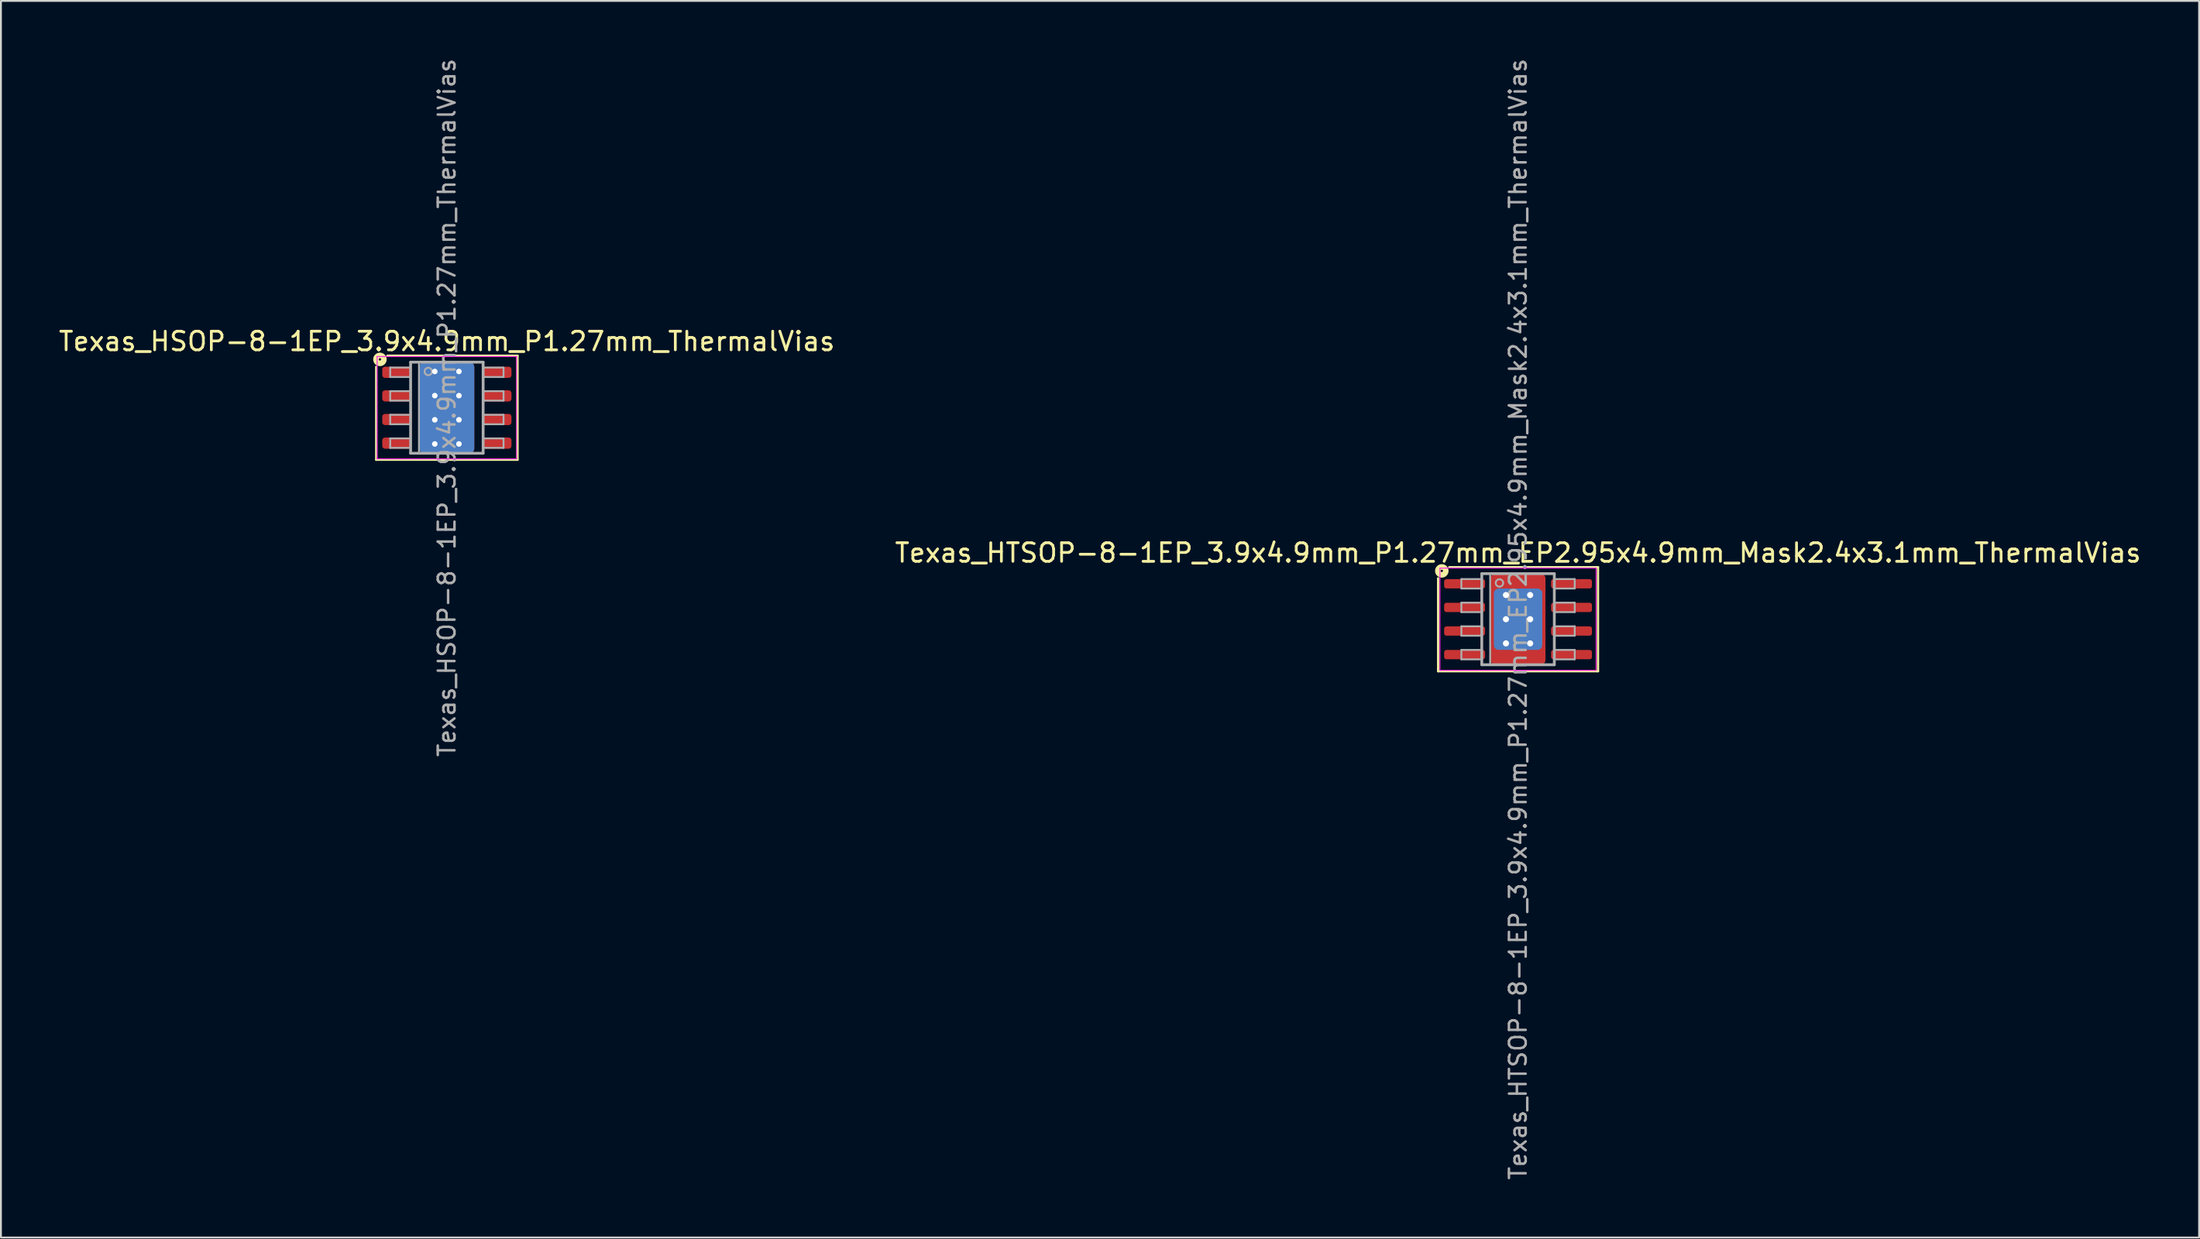
<source format=kicad_pcb>
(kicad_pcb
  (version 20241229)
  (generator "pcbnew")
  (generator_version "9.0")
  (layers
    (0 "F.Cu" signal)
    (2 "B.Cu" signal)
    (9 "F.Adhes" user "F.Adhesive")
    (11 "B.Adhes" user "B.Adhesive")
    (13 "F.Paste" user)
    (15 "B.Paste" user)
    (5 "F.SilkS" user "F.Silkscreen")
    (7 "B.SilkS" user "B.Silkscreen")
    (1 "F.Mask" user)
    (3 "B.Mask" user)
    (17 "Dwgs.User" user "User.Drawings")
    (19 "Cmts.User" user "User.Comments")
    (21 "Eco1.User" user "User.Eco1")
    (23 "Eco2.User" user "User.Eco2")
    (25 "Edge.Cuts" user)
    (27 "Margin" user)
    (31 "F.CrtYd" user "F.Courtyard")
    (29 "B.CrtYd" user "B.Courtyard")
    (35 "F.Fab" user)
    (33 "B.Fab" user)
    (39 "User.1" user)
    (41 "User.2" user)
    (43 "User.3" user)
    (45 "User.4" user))
  (footprint "Texas_HTSOP-8-1EP_3.9x4.9mm_P1.27mm_EP2.95x4.9mm_Mask2.4x3.1mm_ThermalVias"
    (layer "F.Cu")
    (at 78.589 30.262)
    (property "Reference" "Texas_HTSOP-8-1EP_3.9x4.9mm_P1.27mm_EP2.95x4.9mm_Mask2.4x3.1mm_ThermalVias" (at 0 -3.57 0) (layer "F.SilkS") (effects (font (size 1 1) (thickness 0.15))))
    (attr smd)
    (fp_line (start -4.3 -2.2) (end -4.3 2.8) (stroke (width 0.12) (type solid)) (layer "F.SilkS"))
    (fp_line (start -4.3 2.8) (end 4.3 2.8) (stroke (width 0.12) (type solid)) (layer "F.SilkS"))
    (fp_line (start 4.3 -2.8) (end -3.7 -2.8) (stroke (width 0.12) (type solid)) (layer "F.SilkS"))
    (fp_line (start 4.3 2.8) (end 4.3 -2.8) (stroke (width 0.12) (type solid)) (layer "F.SilkS"))
    (fp_circle (center -4.1 -2.6) (end -4.037 -2.6) (stroke (width 0.3) (type solid)) (fill no) (layer "F.SilkS"))
    (fp_line (start -4.2 -2.75) (end -4.2 2.75) (stroke (width 0.05) (type solid)) (layer "F.CrtYd"))
    (fp_line (start -4.2 -2.75) (end 4.2 -2.75) (stroke (width 0.05) (type solid)) (layer "F.CrtYd"))
    (fp_line (start -4.2 2.75) (end 4.2 2.75) (stroke (width 0.05) (type solid)) (layer "F.CrtYd"))
    (fp_line (start 4.2 -2.75) (end 4.2 2.75) (stroke (width 0.05) (type solid)) (layer "F.CrtYd"))
    (fp_line (start -3.048 -2.159) (end -3.048 -1.651) (stroke (width 0.1) (type solid)) (layer "F.Fab"))
    (fp_line (start -3.048 -2.159) (end -1.968 -2.159) (stroke (width 0.1) (type solid)) (layer "F.Fab"))
    (fp_line (start -3.048 -1.651) (end -1.968 -1.651) (stroke (width 0.1) (type solid)) (layer "F.Fab"))
    (fp_line (start -3.048 -0.889) (end -3.048 -0.381) (stroke (width 0.1) (type solid)) (layer "F.Fab"))
    (fp_line (start -3.048 -0.889) (end -1.968 -0.889) (stroke (width 0.1) (type solid)) (layer "F.Fab"))
    (fp_line (start -3.048 -0.381) (end -1.968 -0.381) (stroke (width 0.1) (type solid)) (layer "F.Fab"))
    (fp_line (start -3.048 0.381) (end -3.048 0.889) (stroke (width 0.1) (type solid)) (layer "F.Fab"))
    (fp_line (start -3.048 0.381) (end -1.968 0.381) (stroke (width 0.1) (type solid)) (layer "F.Fab"))
    (fp_line (start -3.048 0.889) (end -1.968 0.889) (stroke (width 0.1) (type solid)) (layer "F.Fab"))
    (fp_line (start -3.048 1.651) (end -3.048 2.159) (stroke (width 0.1) (type solid)) (layer "F.Fab"))
    (fp_line (start -3.048 1.651) (end -1.968 1.651) (stroke (width 0.1) (type solid)) (layer "F.Fab"))
    (fp_line (start -3.048 2.159) (end -1.968 2.159) (stroke (width 0.1) (type solid)) (layer "F.Fab"))
    (fp_line (start -1.95 -2.45) (end 1.95 -2.45) (stroke (width 0.15) (type solid)) (layer "F.Fab"))
    (fp_line (start -1.95 2.45) (end -1.95 -2.45) (stroke (width 0.15) (type solid)) (layer "F.Fab"))
    (fp_line (start -1.5 -2.45) (end -1.5 2.45) (stroke (width 0.1) (type solid)) (layer "F.Fab"))
    (fp_line (start 1.95 -2.45) (end 1.95 2.45) (stroke (width 0.15) (type solid)) (layer "F.Fab"))
    (fp_line (start 1.95 2.45) (end -1.95 2.45) (stroke (width 0.15) (type solid)) (layer "F.Fab"))
    (fp_line (start 3.048 -2.159) (end 1.968 -2.159) (stroke (width 0.1) (type solid)) (layer "F.Fab"))
    (fp_line (start 3.048 -1.651) (end 1.968 -1.651) (stroke (width 0.1) (type solid)) (layer "F.Fab"))
    (fp_line (start 3.048 -1.651) (end 3.048 -2.159) (stroke (width 0.1) (type solid)) (layer "F.Fab"))
    (fp_line (start 3.048 -0.889) (end 1.968 -0.889) (stroke (width 0.1) (type solid)) (layer "F.Fab"))
    (fp_line (start 3.048 -0.381) (end 1.968 -0.381) (stroke (width 0.1) (type solid)) (layer "F.Fab"))
    (fp_line (start 3.048 -0.381) (end 3.048 -0.889) (stroke (width 0.1) (type solid)) (layer "F.Fab"))
    (fp_line (start 3.048 0.381) (end 1.968 0.381) (stroke (width 0.1) (type solid)) (layer "F.Fab"))
    (fp_line (start 3.048 0.889) (end 1.968 0.889) (stroke (width 0.1) (type solid)) (layer "F.Fab"))
    (fp_line (start 3.048 0.889) (end 3.048 0.381) (stroke (width 0.1) (type solid)) (layer "F.Fab"))
    (fp_line (start 3.048 1.651) (end 1.968 1.651) (stroke (width 0.1) (type solid)) (layer "F.Fab"))
    (fp_line (start 3.048 2.159) (end 1.968 2.159) (stroke (width 0.1) (type solid)) (layer "F.Fab"))
    (fp_line (start 3.048 2.159) (end 3.048 1.651) (stroke (width 0.1) (type solid)) (layer "F.Fab"))
    (fp_circle (center -1 -1.95) (end -0.8 -1.95) (stroke (width 0.1) (type solid)) (fill no) (layer "F.Fab"))
    (fp_text user "${REFERENCE}" (at 0 0 90) (layer "F.Fab") (effects (font (size 0.9 0.9) (thickness 0.135))))
    (pad "" smd roundrect (at -0.6 -0.8) (size 0.9 1.2) (layers "F.Paste") (roundrect_rratio 0.25))
    (pad "" smd roundrect (at -0.6 0.8) (size 0.9 1.2) (layers "F.Paste") (roundrect_rratio 0.25))
    (pad "" smd roundrect (at 0 0) (size 2.4 3.1) (layers "F.Mask") (roundrect_rratio 0.104))
    (pad "" smd roundrect (at 0.6 -0.8) (size 0.9 1.2) (layers "F.Paste") (roundrect_rratio 0.25))
    (pad "" smd roundrect (at 0.6 0.8) (size 0.9 1.2) (layers "F.Paste") (roundrect_rratio 0.25))
    (pad "1" smd roundrect (at -2.875 -1.905) (size 2.2 0.5) (layers "F.Cu" "F.Mask" "F.Paste") (roundrect_rratio 0.25))
    (pad "2" smd roundrect (at -2.875 -0.635) (size 2.2 0.5) (layers "F.Cu" "F.Mask" "F.Paste") (roundrect_rratio 0.25))
    (pad "3" smd roundrect (at -2.875 0.635) (size 2.2 0.5) (layers "F.Cu" "F.Mask" "F.Paste") (roundrect_rratio 0.25))
    (pad "4" smd roundrect (at -2.875 1.905) (size 2.2 0.5) (layers "F.Cu" "F.Mask" "F.Paste") (roundrect_rratio 0.25))
    (pad "5" smd roundrect (at 2.875 1.905) (size 2.2 0.5) (layers "F.Cu" "F.Mask" "F.Paste") (roundrect_rratio 0.25))
    (pad "6" smd roundrect (at 2.875 0.635) (size 2.2 0.5) (layers "F.Cu" "F.Mask" "F.Paste") (roundrect_rratio 0.25))
    (pad "7" smd roundrect (at 2.875 -0.635) (size 2.2 0.5) (layers "F.Cu" "F.Mask" "F.Paste") (roundrect_rratio 0.25))
    (pad "8" smd roundrect (at 2.875 -1.905) (size 2.2 0.5) (layers "F.Cu" "F.Mask" "F.Paste") (roundrect_rratio 0.25))
    (pad "9" thru_hole circle (at -0.65 -1.3) (size 0.63 0.63) (drill 0.33) (property pad_prop_heatsink) (layers "*.Cu" "*.Mask"))
    (pad "9" thru_hole circle (at -0.65 0) (size 0.63 0.63) (drill 0.33) (property pad_prop_heatsink) (layers "*.Cu" "*.Mask"))
    (pad "9" thru_hole circle (at -0.65 1.3) (size 0.63 0.63) (drill 0.33) (property pad_prop_heatsink) (layers "*.Cu" "*.Mask"))
    (pad "9" smd roundrect (at 0 0) (size 2.6 3.3) (layers "B.Cu" "B.Mask") (roundrect_rratio 0.096))
    (pad "9" smd roundrect (at 0 0) (size 2.95 4.9) (layers "F.Cu") (roundrect_rratio 0.085))
    (pad "9" thru_hole circle (at 0.65 -1.3) (size 0.63 0.63) (drill 0.33) (property pad_prop_heatsink) (layers "*.Cu" "*.Mask"))
    (pad "9" thru_hole circle (at 0.65 0) (size 0.63 0.63) (drill 0.33) (property pad_prop_heatsink) (layers "*.Cu" "*.Mask"))
    (pad "9" thru_hole circle (at 0.65 1.3) (size 0.63 0.63) (drill 0.33) (property pad_prop_heatsink) (layers "*.Cu" "*.Mask")))
  (footprint "Texas_HSOP-8-1EP_3.9x4.9mm_P1.27mm_ThermalVias"
    (layer "F.Cu")
    (at 20.982 18.884)
    (property "Reference" "Texas_HSOP-8-1EP_3.9x4.9mm_P1.27mm_ThermalVias" (at 0 -3.57 0) (layer "F.SilkS") (effects (font (size 1 1) (thickness 0.15))))
    (attr smd)
    (fp_line (start -3.8 -2.2) (end -3.8 2.8) (stroke (width 0.12) (type solid)) (layer "F.SilkS"))
    (fp_line (start -3.8 2.8) (end 3.8 2.8) (stroke (width 0.12) (type solid)) (layer "F.SilkS"))
    (fp_line (start 3.8 -2.8) (end -3.2 -2.8) (stroke (width 0.12) (type solid)) (layer "F.SilkS"))
    (fp_line (start 3.8 2.8) (end 3.8 -2.8) (stroke (width 0.12) (type solid)) (layer "F.SilkS"))
    (fp_circle (center -3.6 -2.6) (end -3.537 -2.6) (stroke (width 0.3) (type solid)) (fill no) (layer "F.SilkS"))
    (fp_line (start -3.75 -2.75) (end -3.75 2.75) (stroke (width 0.05) (type solid)) (layer "F.CrtYd"))
    (fp_line (start -3.75 -2.75) (end 3.75 -2.75) (stroke (width 0.05) (type solid)) (layer "F.CrtYd"))
    (fp_line (start -3.75 2.75) (end 3.75 2.75) (stroke (width 0.05) (type solid)) (layer "F.CrtYd"))
    (fp_line (start 3.75 -2.75) (end 3.75 2.75) (stroke (width 0.05) (type solid)) (layer "F.CrtYd"))
    (fp_line (start -3.048 -2.159) (end -3.048 -1.651) (stroke (width 0.1) (type solid)) (layer "F.Fab"))
    (fp_line (start -3.048 -2.159) (end -1.968 -2.159) (stroke (width 0.1) (type solid)) (layer "F.Fab"))
    (fp_line (start -3.048 -1.651) (end -1.968 -1.651) (stroke (width 0.1) (type solid)) (layer "F.Fab"))
    (fp_line (start -3.048 -0.889) (end -3.048 -0.381) (stroke (width 0.1) (type solid)) (layer "F.Fab"))
    (fp_line (start -3.048 -0.889) (end -1.968 -0.889) (stroke (width 0.1) (type solid)) (layer "F.Fab"))
    (fp_line (start -3.048 -0.381) (end -1.968 -0.381) (stroke (width 0.1) (type solid)) (layer "F.Fab"))
    (fp_line (start -3.048 0.381) (end -3.048 0.889) (stroke (width 0.1) (type solid)) (layer "F.Fab"))
    (fp_line (start -3.048 0.381) (end -1.968 0.381) (stroke (width 0.1) (type solid)) (layer "F.Fab"))
    (fp_line (start -3.048 0.889) (end -1.968 0.889) (stroke (width 0.1) (type solid)) (layer "F.Fab"))
    (fp_line (start -3.048 1.651) (end -3.048 2.159) (stroke (width 0.1) (type solid)) (layer "F.Fab"))
    (fp_line (start -3.048 1.651) (end -1.968 1.651) (stroke (width 0.1) (type solid)) (layer "F.Fab"))
    (fp_line (start -3.048 2.159) (end -1.968 2.159) (stroke (width 0.1) (type solid)) (layer "F.Fab"))
    (fp_line (start -1.95 -2.45) (end 1.95 -2.45) (stroke (width 0.15) (type solid)) (layer "F.Fab"))
    (fp_line (start -1.95 2.45) (end -1.95 -2.45) (stroke (width 0.15) (type solid)) (layer "F.Fab"))
    (fp_line (start -1.5 -2.45) (end -1.5 2.45) (stroke (width 0.1) (type solid)) (layer "F.Fab"))
    (fp_line (start 1.95 -2.45) (end 1.95 2.45) (stroke (width 0.15) (type solid)) (layer "F.Fab"))
    (fp_line (start 1.95 2.45) (end -1.95 2.45) (stroke (width 0.15) (type solid)) (layer "F.Fab"))
    (fp_line (start 3.048 -2.159) (end 1.968 -2.159) (stroke (width 0.1) (type solid)) (layer "F.Fab"))
    (fp_line (start 3.048 -1.651) (end 1.968 -1.651) (stroke (width 0.1) (type solid)) (layer "F.Fab"))
    (fp_line (start 3.048 -1.651) (end 3.048 -2.159) (stroke (width 0.1) (type solid)) (layer "F.Fab"))
    (fp_line (start 3.048 -0.889) (end 1.968 -0.889) (stroke (width 0.1) (type solid)) (layer "F.Fab"))
    (fp_line (start 3.048 -0.381) (end 1.968 -0.381) (stroke (width 0.1) (type solid)) (layer "F.Fab"))
    (fp_line (start 3.048 -0.381) (end 3.048 -0.889) (stroke (width 0.1) (type solid)) (layer "F.Fab"))
    (fp_line (start 3.048 0.381) (end 1.968 0.381) (stroke (width 0.1) (type solid)) (layer "F.Fab"))
    (fp_line (start 3.048 0.889) (end 1.968 0.889) (stroke (width 0.1) (type solid)) (layer "F.Fab"))
    (fp_line (start 3.048 0.889) (end 3.048 0.381) (stroke (width 0.1) (type solid)) (layer "F.Fab"))
    (fp_line (start 3.048 1.651) (end 1.968 1.651) (stroke (width 0.1) (type solid)) (layer "F.Fab"))
    (fp_line (start 3.048 2.159) (end 1.968 2.159) (stroke (width 0.1) (type solid)) (layer "F.Fab"))
    (fp_line (start 3.048 2.159) (end 3.048 1.651) (stroke (width 0.1) (type solid)) (layer "F.Fab"))
    (fp_circle (center -1 -1.95) (end -0.8 -1.95) (stroke (width 0.1) (type solid)) (fill no) (layer "F.Fab"))
    (fp_text user "${REFERENCE}" (at 0 0 90) (layer "F.Fab") (effects (font (size 0.9 0.9) (thickness 0.135))))
    (pad "" smd roundrect (at -0.6 -0.8) (size 0.9 1.2) (layers "F.Paste") (roundrect_rratio 0.25))
    (pad "" smd roundrect (at -0.6 0.8) (size 0.9 1.2) (layers "F.Paste") (roundrect_rratio 0.25))
    (pad "" smd roundrect (at 0 0) (size 2.6 3.1) (layers "F.Mask") (roundrect_rratio 0.096))
    (pad "" smd roundrect (at 0.6 -0.8) (size 0.9 1.2) (layers "F.Paste") (roundrect_rratio 0.25))
    (pad "" smd roundrect (at 0.6 0.8) (size 0.9 1.2) (layers "F.Paste") (roundrect_rratio 0.25))
    (pad "1" smd roundrect (at -2.7 -1.905) (size 1.55 0.6) (layers "F.Cu" "F.Mask" "F.Paste") (roundrect_rratio 0.25))
    (pad "2" smd roundrect (at -2.7 -0.635) (size 1.55 0.6) (layers "F.Cu" "F.Mask" "F.Paste") (roundrect_rratio 0.25))
    (pad "3" smd roundrect (at -2.7 0.635) (size 1.55 0.6) (layers "F.Cu" "F.Mask" "F.Paste") (roundrect_rratio 0.25))
    (pad "4" smd roundrect (at -2.7 1.905) (size 1.55 0.6) (layers "F.Cu" "F.Mask" "F.Paste") (roundrect_rratio 0.25))
    (pad "5" smd roundrect (at 2.7 1.905) (size 1.55 0.6) (layers "F.Cu" "F.Mask" "F.Paste") (roundrect_rratio 0.25))
    (pad "6" smd roundrect (at 2.7 0.635) (size 1.55 0.6) (layers "F.Cu" "F.Mask" "F.Paste") (roundrect_rratio 0.25))
    (pad "7" smd roundrect (at 2.7 -0.635) (size 1.55 0.6) (layers "F.Cu" "F.Mask" "F.Paste") (roundrect_rratio 0.25))
    (pad "8" smd roundrect (at 2.7 -1.905) (size 1.55 0.6) (layers "F.Cu" "F.Mask" "F.Paste") (roundrect_rratio 0.25))
    (pad "9" thru_hole circle (at -0.65 -1.95) (size 0.6 0.6) (drill 0.3) (property pad_prop_heatsink) (layers "*.Cu"))
    (pad "9" thru_hole circle (at -0.65 -0.65) (size 0.6 0.6) (drill 0.3) (property pad_prop_heatsink) (layers "*.Cu"))
    (pad "9" thru_hole circle (at -0.65 0.65) (size 0.6 0.6) (drill 0.3) (property pad_prop_heatsink) (layers "*.Cu"))
    (pad "9" thru_hole circle (at -0.65 1.95) (size 0.6 0.6) (drill 0.3) (property pad_prop_heatsink) (layers "*.Cu"))
    (pad "9" smd roundrect (at 0 0) (size 2.95 4.9) (layers "F.Cu") (roundrect_rratio 0.085))
    (pad "9" smd roundrect (at 0 0) (size 2.95 4.9) (layers "B.Cu" "B.Mask") (roundrect_rratio 0.085))
    (pad "9" thru_hole circle (at 0.65 -1.95) (size 0.6 0.6) (drill 0.3) (property pad_prop_heatsink) (layers "*.Cu"))
    (pad "9" thru_hole circle (at 0.65 -0.65) (size 0.6 0.6) (drill 0.3) (property pad_prop_heatsink) (layers "*.Cu"))
    (pad "9" thru_hole circle (at 0.65 0.65) (size 0.6 0.6) (drill 0.3) (property pad_prop_heatsink) (layers "*.Cu"))
    (pad "9" thru_hole circle (at 0.65 1.95) (size 0.6 0.6) (drill 0.3) (property pad_prop_heatsink) (layers "*.Cu")))
  (gr_rect
    (start -3 -3)
    (end 115.214 63.525)
    (stroke (width 0.1) (type default))
    (fill no)
    (layer "Edge.Cuts")))
</source>
